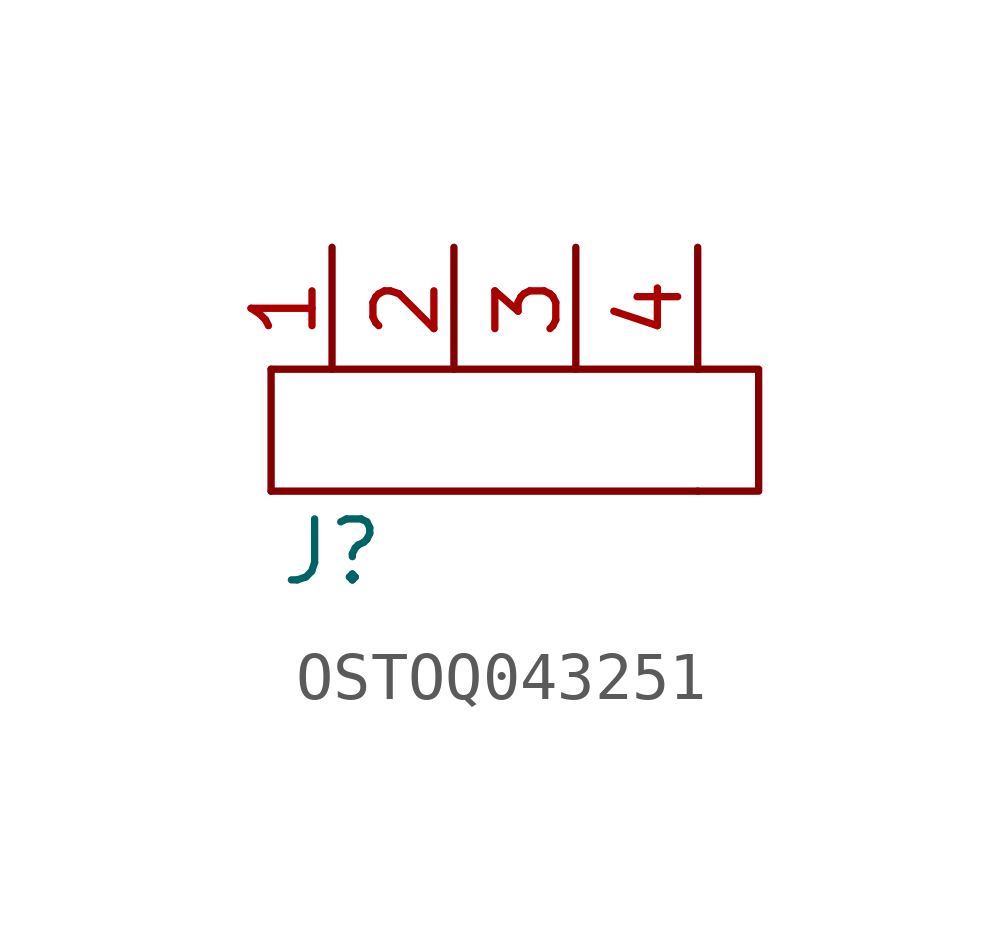
<source format=kicad_sym>
(kicad_symbol_lib
  (version 20220914)
  (generator kicad_symbol_editor)
  (symbol "OSTOQ043251"
    (property "Reference" "J"
      (at -3.81 -2.54 0)
      (effects (font (size 1.27 1.27))))
    (property "Value" ""
      (at -3.81 -2.54 0)
      (effects (font (size 1.27 1.27))))
    (symbol "OSTOQ043251_0_1"
      (rectangle (start -5.08 1.27) (end -5.08 -1.27) (stroke (width 0) (type default)) (fill (type none)))
      (rectangle (start -5.08 1.27) (end 3.81 1.27) (stroke (width 0) (type default)) (fill (type none)))
      (polyline (pts (xy 3.81 1.27) (xy 5.08 1.27) (xy 5.08 -1.27) (xy 3.81 -1.27)) (stroke (width 0) (type default)) (fill (type none))))
    (symbol "OSTOQ043251_1_1"
      (rectangle (start -5.08 -1.27) (end 3.81 -1.27) (stroke (width 0) (type default)) (fill (type none)))
      (pin passive line (at -3.81 3.81 270) (length 2.54) (name "" (effects (font (size 1.27 1.27)))) (number "1" (effects (font (size 1.27 1.27)))))
      (pin passive line (at -1.27 3.81 270) (length 2.54) (name "" (effects (font (size 1.27 1.27)))) (number "2" (effects (font (size 1.27 1.27)))))
      (pin passive line (at 1.27 3.81 270) (length 2.54) (name "" (effects (font (size 1.27 1.27)))) (number "3" (effects (font (size 1.27 1.27)))))
      (pin passive line (at 3.81 3.81 270) (length 2.54) (name "" (effects (font (size 1.27 1.27)))) (number "4" (effects (font (size 1.27 1.27))))))))
</source>
